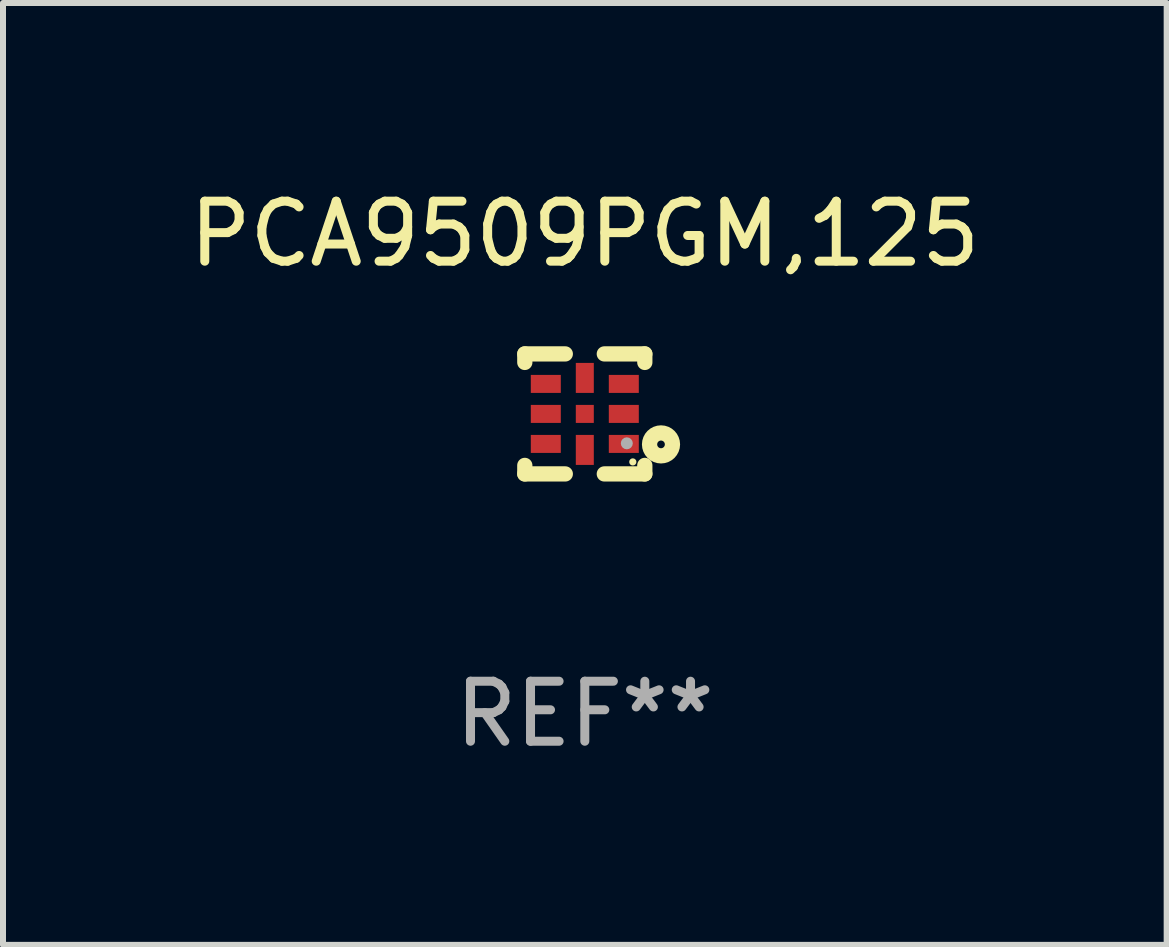
<source format=kicad_pcb>
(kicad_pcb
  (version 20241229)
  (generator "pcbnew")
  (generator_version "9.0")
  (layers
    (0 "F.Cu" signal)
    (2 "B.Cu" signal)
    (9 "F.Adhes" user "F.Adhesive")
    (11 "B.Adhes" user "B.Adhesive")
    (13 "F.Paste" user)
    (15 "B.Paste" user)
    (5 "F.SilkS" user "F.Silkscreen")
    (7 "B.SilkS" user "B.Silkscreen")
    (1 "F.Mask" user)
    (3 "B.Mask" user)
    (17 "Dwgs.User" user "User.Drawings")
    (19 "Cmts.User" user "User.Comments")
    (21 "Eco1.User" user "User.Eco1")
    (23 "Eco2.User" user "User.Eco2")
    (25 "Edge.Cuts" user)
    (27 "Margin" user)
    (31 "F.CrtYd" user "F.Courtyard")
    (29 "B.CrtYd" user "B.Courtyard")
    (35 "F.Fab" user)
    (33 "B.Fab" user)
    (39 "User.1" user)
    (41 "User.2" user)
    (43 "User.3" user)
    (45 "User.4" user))
  (footprint "PCA9509PGM,125"
    (layer "F.Cu")
    (at 6.696 3.848)
    (property "Reference" "PCA9509PGM,125" (at 0 -3 0) (layer "F.SilkS") (effects (font (size 1 1) (thickness 0.15))))
    (attr through_hole)
    (fp_line (start -1 -1) (end -0.325 -1) (stroke (width 0.254) (type solid)) (layer "F.SilkS"))
    (fp_line (start -1 -0.858) (end -1 -1) (stroke (width 0.254) (type solid)) (layer "F.SilkS"))
    (fp_line (start -1 1) (end -1 0.858) (stroke (width 0.254) (type solid)) (layer "F.SilkS"))
    (fp_line (start -0.325 1) (end -1 1) (stroke (width 0.254) (type solid)) (layer "F.SilkS"))
    (fp_line (start 0.325 -1) (end 1 -1) (stroke (width 0.254) (type solid)) (layer "F.SilkS"))
    (fp_line (start 1 -1) (end 1 -0.858) (stroke (width 0.254) (type solid)) (layer "F.SilkS"))
    (fp_line (start 1 0.858) (end 1 1) (stroke (width 0.254) (type solid)) (layer "F.SilkS"))
    (fp_line (start 1 1) (end 0.325 1) (stroke (width 0.254) (type solid)) (layer "F.SilkS"))
    (fp_circle (center 0.8 0.8) (end 0.83 0.8) (stroke (width 0.06) (type solid)) (fill no) (layer "F.SilkS"))
    (fp_circle (center 1.27 0.508) (end 1.334 0.508) (stroke (width 0.254) (type solid)) (fill no) (layer "F.SilkS"))
    (fp_circle (center 0.7 0.49) (end 0.75 0.49) (stroke (width 0.1) (type solid)) (fill no) (layer "F.Fab"))
    (fp_text user "REF**" (at 0 5 0) (layer "F.Fab") (effects (font (size 1 1) (thickness 0.15))))
    (pad "1" smd rect (at 0.65 0.5 180) (size 0.5 0.3) (layers "F.Cu" "F.Mask" "F.Paste"))
    (pad "2" smd rect (at 0.65 0 180) (size 0.5 0.3) (layers "F.Cu" "F.Mask" "F.Paste"))
    (pad "3" smd rect (at 0.65 -0.5 180) (size 0.5 0.3) (layers "F.Cu" "F.Mask" "F.Paste"))
    (pad "4" smd rect (at 0.000025 -0.6 270) (size 0.5 0.3) (layers "F.Cu" "F.Mask" "F.Paste"))
    (pad "5" smd rect (at -0.65 -0.5 180) (size 0.5 0.3) (layers "F.Cu" "F.Mask" "F.Paste"))
    (pad "6" smd rect (at -0.65 0 180) (size 0.5 0.3) (layers "F.Cu" "F.Mask" "F.Paste"))
    (pad "7" smd rect (at -0.65 0.5 180) (size 0.5 0.3) (layers "F.Cu" "F.Mask" "F.Paste"))
    (pad "8" smd rect (at 0.000025 0.6 270) (size 0.5 0.3) (layers "F.Cu" "F.Mask" "F.Paste"))
    (pad "9" smd rect (at 0.000025 0 270) (size 0.3 0.3) (layers "F.Cu" "F.Mask" "F.Paste")))
  (gr_rect
    (start -3 -3)
    (end 16.393 12.697)
    (stroke (width 0.1) (type default))
    (fill no)
    (layer "Edge.Cuts")))
</source>
